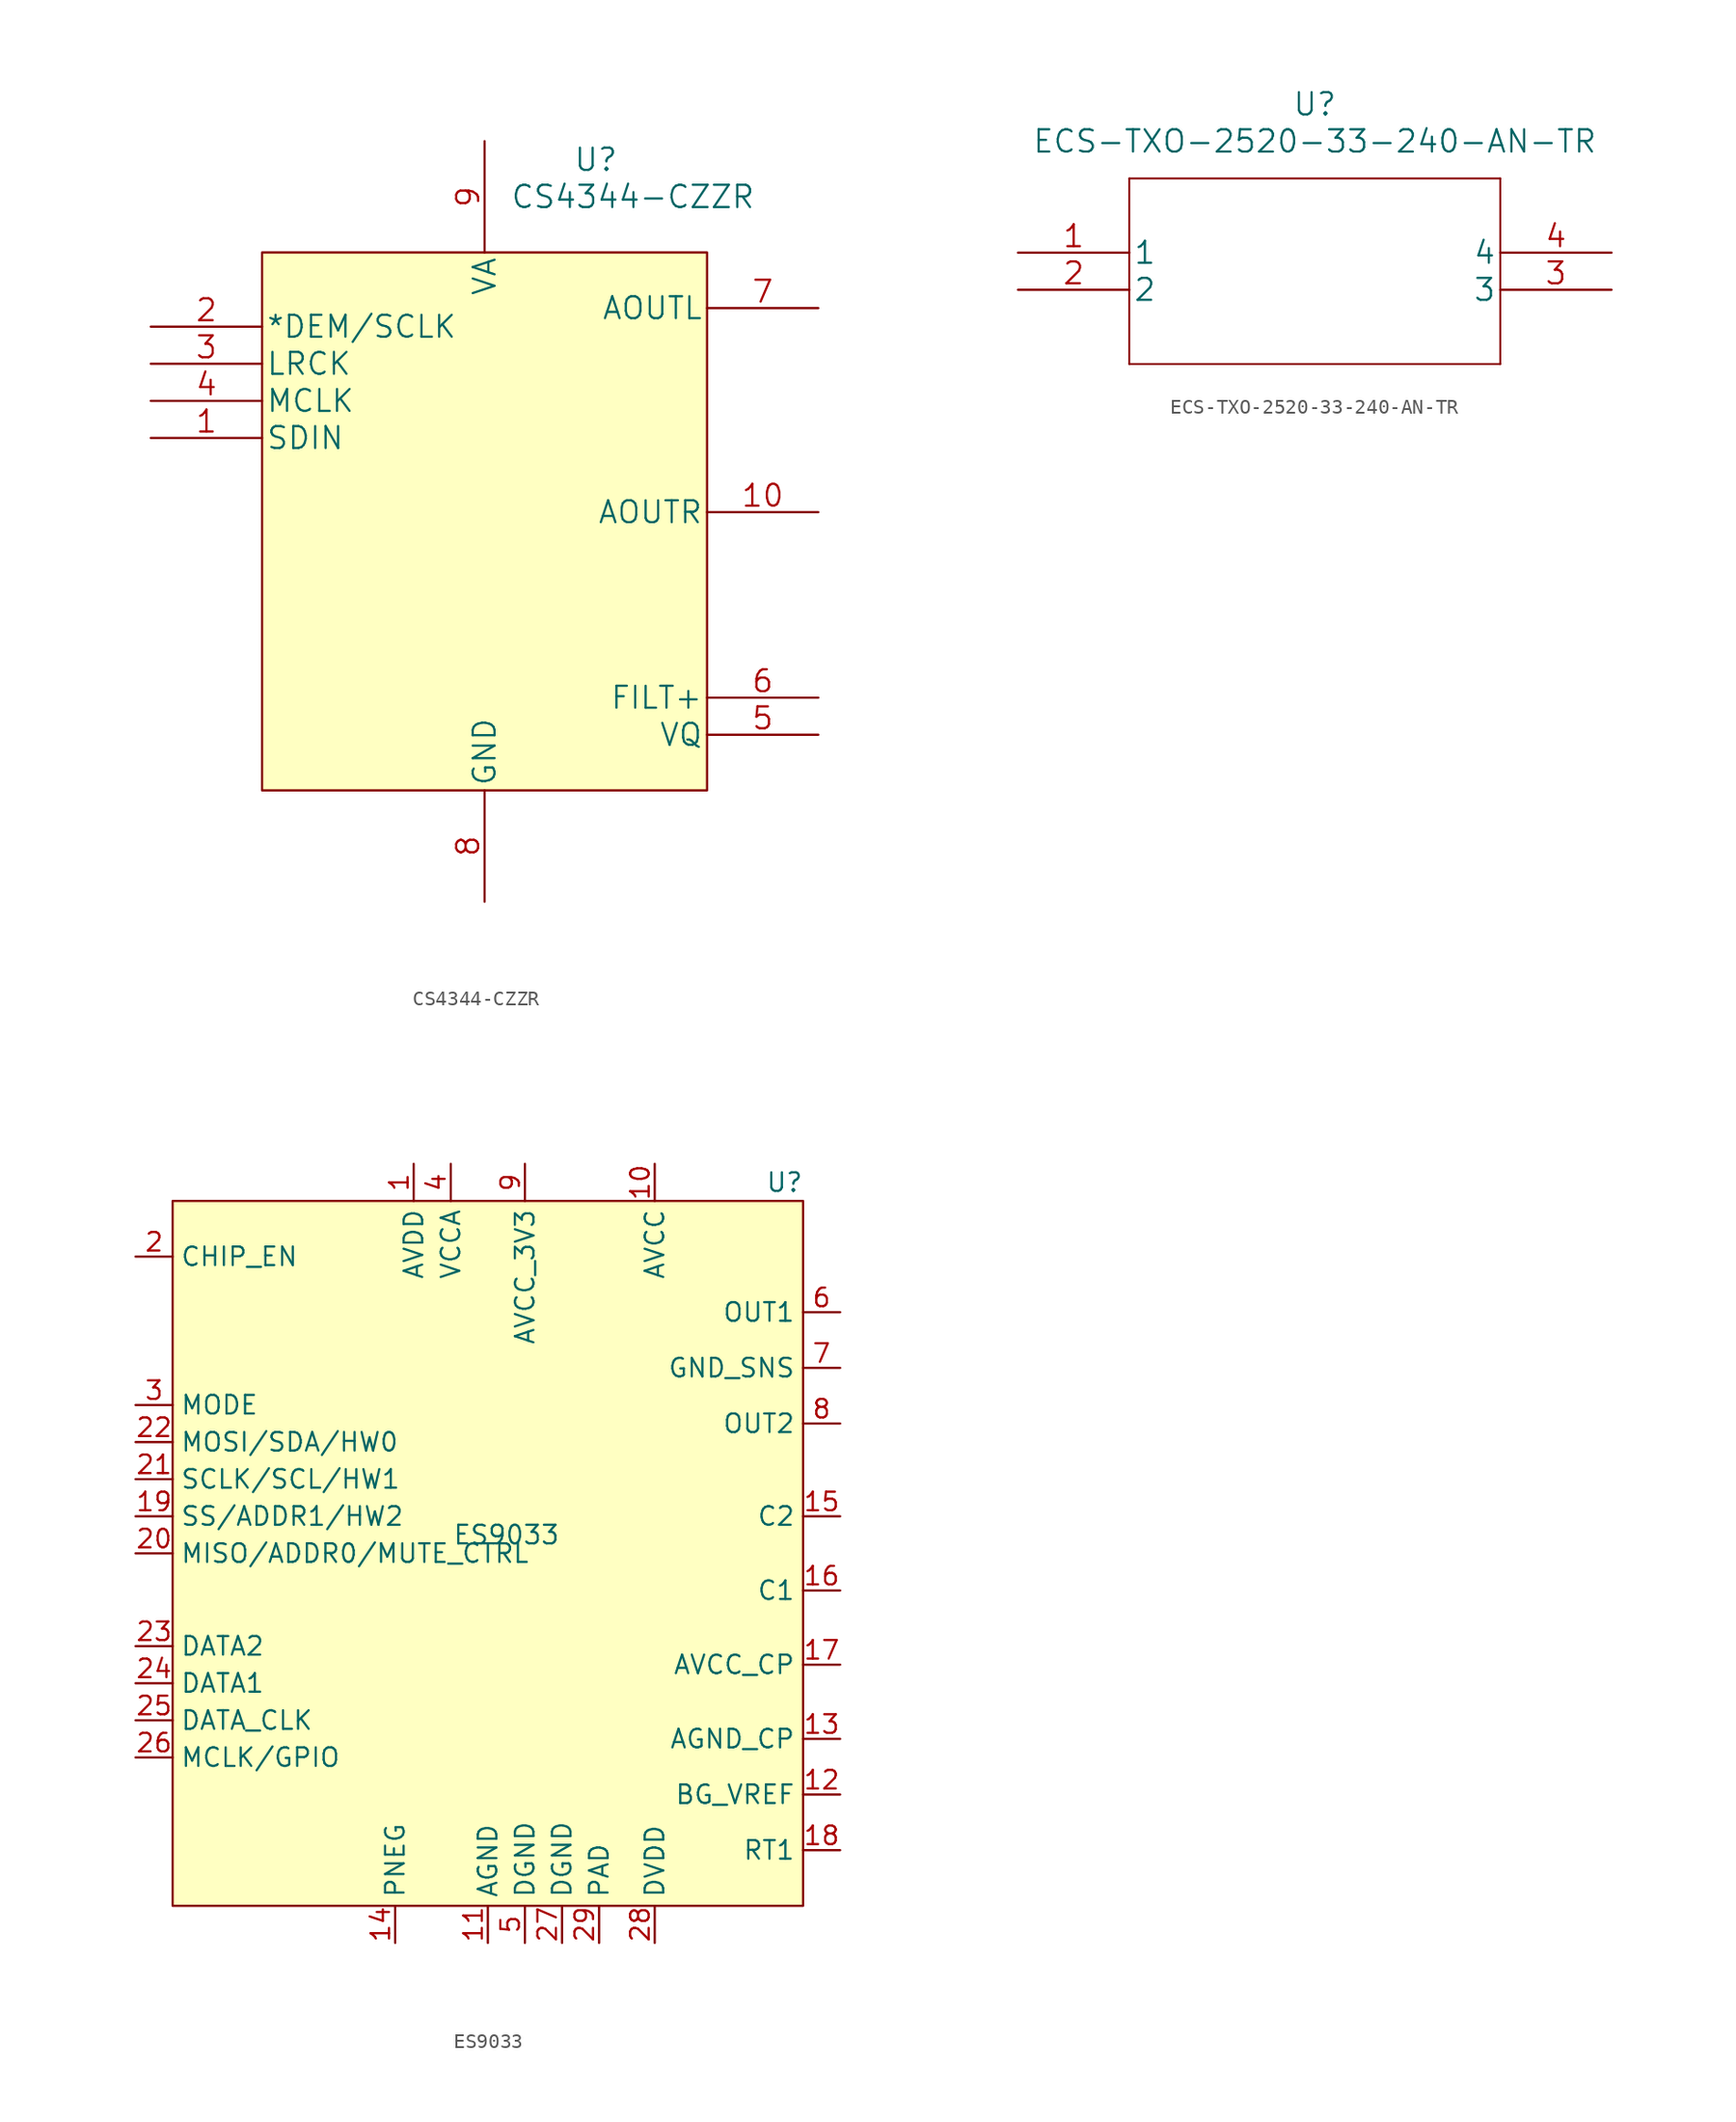
<source format=kicad_sym>
(kicad_symbol_lib
  (version 20211014)
  (generator kicad_symbol_editor)
  (symbol "CS4344-CZZR"
    (pin_names
      (offset 0.254))
    (property "Reference" "U"
      (at 7.62 16.51 0)
      (effects (font (size 1.524 1.524))))
    (property "Value" "CS4344-CZZR"
      (at 10.16 13.97 0)
      (effects (font (size 1.524 1.524))))
    (property "Datasheet" ""
      (at -24.13 3.81 0)
      (effects (font (size 1.524 1.524))))
    (property "ki_locked" ""
      (at 0 0 0)
      (effects (font (size 1.27 1.27))))
    (symbol "CS4344-CZZR_1_1"
      (rectangle (start -15.24 10.16) (end 15.24 -26.67) (stroke (width 0) (type default) (color 0 0 0 0)) (fill (type background)))
      (pin input line (at -22.86 -2.54 0) (length 7.62) (name "SDIN" (effects (font (size 1.499 1.499)))) (number "1" (effects (font (size 1.499 1.499)))))
      (pin output line (at 22.86 -7.62 180) (length 7.62) (name "AOUTR" (effects (font (size 1.499 1.499)))) (number "10" (effects (font (size 1.499 1.499)))))
      (pin input line (at -22.86 5.08 0) (length 7.62) (name "*DEM/SCLK" (effects (font (size 1.499 1.499)))) (number "2" (effects (font (size 1.499 1.499)))))
      (pin input line (at -22.86 2.54 0) (length 7.62) (name "LRCK" (effects (font (size 1.499 1.499)))) (number "3" (effects (font (size 1.499 1.499)))))
      (pin input line (at -22.86 0 0) (length 7.62) (name "MCLK" (effects (font (size 1.499 1.499)))) (number "4" (effects (font (size 1.499 1.499)))))
      (pin output line (at 22.86 -22.86 180) (length 7.62) (name "VQ" (effects (font (size 1.499 1.499)))) (number "5" (effects (font (size 1.499 1.499)))))
      (pin output line (at 22.86 -20.32 180) (length 7.62) (name "FILT+" (effects (font (size 1.499 1.499)))) (number "6" (effects (font (size 1.499 1.499)))))
      (pin output line (at 22.86 6.35 180) (length 7.62) (name "AOUTL" (effects (font (size 1.499 1.499)))) (number "7" (effects (font (size 1.499 1.499)))))
      (pin power_in line (at 0 -34.29 90) (length 7.62) (name "GND" (effects (font (size 1.499 1.499)))) (number "8" (effects (font (size 1.499 1.499)))))
      (pin power_in line (at 0 17.78 270) (length 7.62) (name "VA" (effects (font (size 1.499 1.499)))) (number "9" (effects (font (size 1.499 1.499)))))))
  (symbol "ECS-TXO-2520-33-240-AN-TR"
    (pin_names
      (offset 0.254))
    (property "Reference" "U"
      (at 20.32 10.16 0)
      (effects (font (size 1.524 1.524))))
    (property "Value" "ECS-TXO-2520-33-240-AN-TR"
      (at 20.32 7.62 0)
      (effects (font (size 1.524 1.524))))
    (property "Datasheet" ""
      (at 0 0 0)
      (effects (font (size 1.524 1.524))))
    (property "ki_locked" ""
      (at 0 0 0)
      (effects (font (size 1.27 1.27))))
    (symbol "ECS-TXO-2520-33-240-AN-TR_1_1"
      (polyline (pts (xy 7.62 -7.62) (xy 33.02 -7.62)) (stroke (width 0.127) (type default) (color 0 0 0 0)) (fill (type none)))
      (polyline (pts (xy 7.62 5.08) (xy 7.62 -7.62)) (stroke (width 0.127) (type default) (color 0 0 0 0)) (fill (type none)))
      (polyline (pts (xy 33.02 -7.62) (xy 33.02 5.08)) (stroke (width 0.127) (type default) (color 0 0 0 0)) (fill (type none)))
      (polyline (pts (xy 33.02 5.08) (xy 7.62 5.08)) (stroke (width 0.127) (type default) (color 0 0 0 0)) (fill (type none)))
      (pin unspecified line (at 0 0 0) (length 7.62) (name "1" (effects (font (size 1.499 1.499)))) (number "1" (effects (font (size 1.499 1.499)))))
      (pin unspecified line (at 0 -2.54 0) (length 7.62) (name "2" (effects (font (size 1.499 1.499)))) (number "2" (effects (font (size 1.499 1.499)))))
      (pin unspecified line (at 40.64 -2.54 180) (length 7.62) (name "3" (effects (font (size 1.499 1.499)))) (number "3" (effects (font (size 1.499 1.499)))))
      (pin unspecified line (at 40.64 0 180) (length 7.62) (name "4" (effects (font (size 1.499 1.499)))) (number "4" (effects (font (size 1.499 1.499)))))))
  (symbol "ES9033"
    (property "Reference" "U"
      (at 20.32 25.4 0)
      (effects (font (size 1.27 1.27))))
    (property "Value" "ES9033"
      (at 1.27 1.27 0)
      (effects (font (size 1.27 1.27))))
    (symbol "ES9033_0_0"
      (pin power_in line (at -5.08 26.67 270) (length 2.54) (name "AVDD" (effects (font (size 1.27 1.27)))) (number "1" (effects (font (size 1.27 1.27))))))
    (symbol "ES9033_0_1"
      (rectangle (start -21.59 24.13) (end 21.59 -24.13) (stroke (width 0) (type default) (color 0 0 0 0)) (fill (type background))))
    (symbol "ES9033_1_1"
      (pin power_in line (at 11.43 26.67 270) (length 2.54) (name "AVCC" (effects (font (size 1.27 1.27)))) (number "10" (effects (font (size 1.27 1.27)))))
      (pin power_in line (at 0 -26.67 90) (length 2.54) (name "AGND" (effects (font (size 1.27 1.27)))) (number "11" (effects (font (size 1.27 1.27)))))
      (pin output line (at 24.13 -16.51 180) (length 2.54) (name "BG_VREF" (effects (font (size 1.27 1.27)))) (number "12" (effects (font (size 1.27 1.27)))))
      (pin power_in line (at 24.13 -12.7 180) (length 2.54) (name "AGND_CP" (effects (font (size 1.27 1.27)))) (number "13" (effects (font (size 1.27 1.27)))))
      (pin power_in line (at -6.35 -26.67 90) (length 2.54) (name "PNEG" (effects (font (size 1.27 1.27)))) (number "14" (effects (font (size 1.27 1.27)))))
      (pin passive line (at 24.13 2.54 180) (length 2.54) (name "C2" (effects (font (size 1.27 1.27)))) (number "15" (effects (font (size 1.27 1.27)))))
      (pin passive line (at 24.13 -2.54 180) (length 2.54) (name "C1" (effects (font (size 1.27 1.27)))) (number "16" (effects (font (size 1.27 1.27)))))
      (pin power_in line (at 24.13 -7.62 180) (length 2.54) (name "AVCC_CP" (effects (font (size 1.27 1.27)))) (number "17" (effects (font (size 1.27 1.27)))))
      (pin input line (at 24.13 -20.32 180) (length 2.54) (name "RT1" (effects (font (size 1.27 1.27)))) (number "18" (effects (font (size 1.27 1.27)))))
      (pin bidirectional line (at -24.13 2.54 0) (length 2.54) (name "SS/ADDR1/HW2" (effects (font (size 1.27 1.27)))) (number "19" (effects (font (size 1.27 1.27)))))
      (pin bidirectional line (at -24.13 20.32 0) (length 2.54) (name "CHIP_EN" (effects (font (size 1.27 1.27)))) (number "2" (effects (font (size 1.27 1.27)))))
      (pin bidirectional line (at -24.13 0 0) (length 2.54) (name "MISO/ADDR0/MUTE_CTRL" (effects (font (size 1.27 1.27)))) (number "20" (effects (font (size 1.27 1.27)))))
      (pin bidirectional line (at -24.13 5.08 0) (length 2.54) (name "SCLK/SCL/HW1" (effects (font (size 1.27 1.27)))) (number "21" (effects (font (size 1.27 1.27)))))
      (pin bidirectional line (at -24.13 7.62 0) (length 2.54) (name "MOSI/SDA/HW0" (effects (font (size 1.27 1.27)))) (number "22" (effects (font (size 1.27 1.27)))))
      (pin bidirectional line (at -24.13 -6.35 0) (length 2.54) (name "DATA2" (effects (font (size 1.27 1.27)))) (number "23" (effects (font (size 1.27 1.27)))))
      (pin bidirectional line (at -24.13 -8.89 0) (length 2.54) (name "DATA1" (effects (font (size 1.27 1.27)))) (number "24" (effects (font (size 1.27 1.27)))))
      (pin input line (at -24.13 -11.43 0) (length 2.54) (name "DATA_CLK" (effects (font (size 1.27 1.27)))) (number "25" (effects (font (size 1.27 1.27)))))
      (pin bidirectional line (at -24.13 -13.97 0) (length 2.54) (name "MCLK/GPIO" (effects (font (size 1.27 1.27)))) (number "26" (effects (font (size 1.27 1.27)))))
      (pin power_in line (at 5.08 -26.67 90) (length 2.54) (name "DGND" (effects (font (size 1.27 1.27)))) (number "27" (effects (font (size 1.27 1.27)))))
      (pin power_in line (at 11.43 -26.67 90) (length 2.54) (name "DVDD" (effects (font (size 1.27 1.27)))) (number "28" (effects (font (size 1.27 1.27)))))
      (pin power_in line (at 7.62 -26.67 90) (length 2.54) (name "PAD" (effects (font (size 1.27 1.27)))) (number "29" (effects (font (size 1.27 1.27)))))
      (pin bidirectional line (at -24.13 10.16 0) (length 2.54) (name "MODE" (effects (font (size 1.27 1.27)))) (number "3" (effects (font (size 1.27 1.27)))))
      (pin power_in line (at -2.54 26.67 270) (length 2.54) (name "VCCA" (effects (font (size 1.27 1.27)))) (number "4" (effects (font (size 1.27 1.27)))))
      (pin power_in line (at 2.54 -26.67 90) (length 2.54) (name "DGND" (effects (font (size 1.27 1.27)))) (number "5" (effects (font (size 1.27 1.27)))))
      (pin output line (at 24.13 16.51 180) (length 2.54) (name "OUT1" (effects (font (size 1.27 1.27)))) (number "6" (effects (font (size 1.27 1.27)))))
      (pin input line (at 24.13 12.7 180) (length 2.54) (name "GND_SNS" (effects (font (size 1.27 1.27)))) (number "7" (effects (font (size 1.27 1.27)))))
      (pin output line (at 24.13 8.89 180) (length 2.54) (name "OUT2" (effects (font (size 1.27 1.27)))) (number "8" (effects (font (size 1.27 1.27)))))
      (pin power_in line (at 2.54 26.67 270) (length 2.54) (name "AVCC_3V3" (effects (font (size 1.27 1.27)))) (number "9" (effects (font (size 1.27 1.27))))))))
</source>
